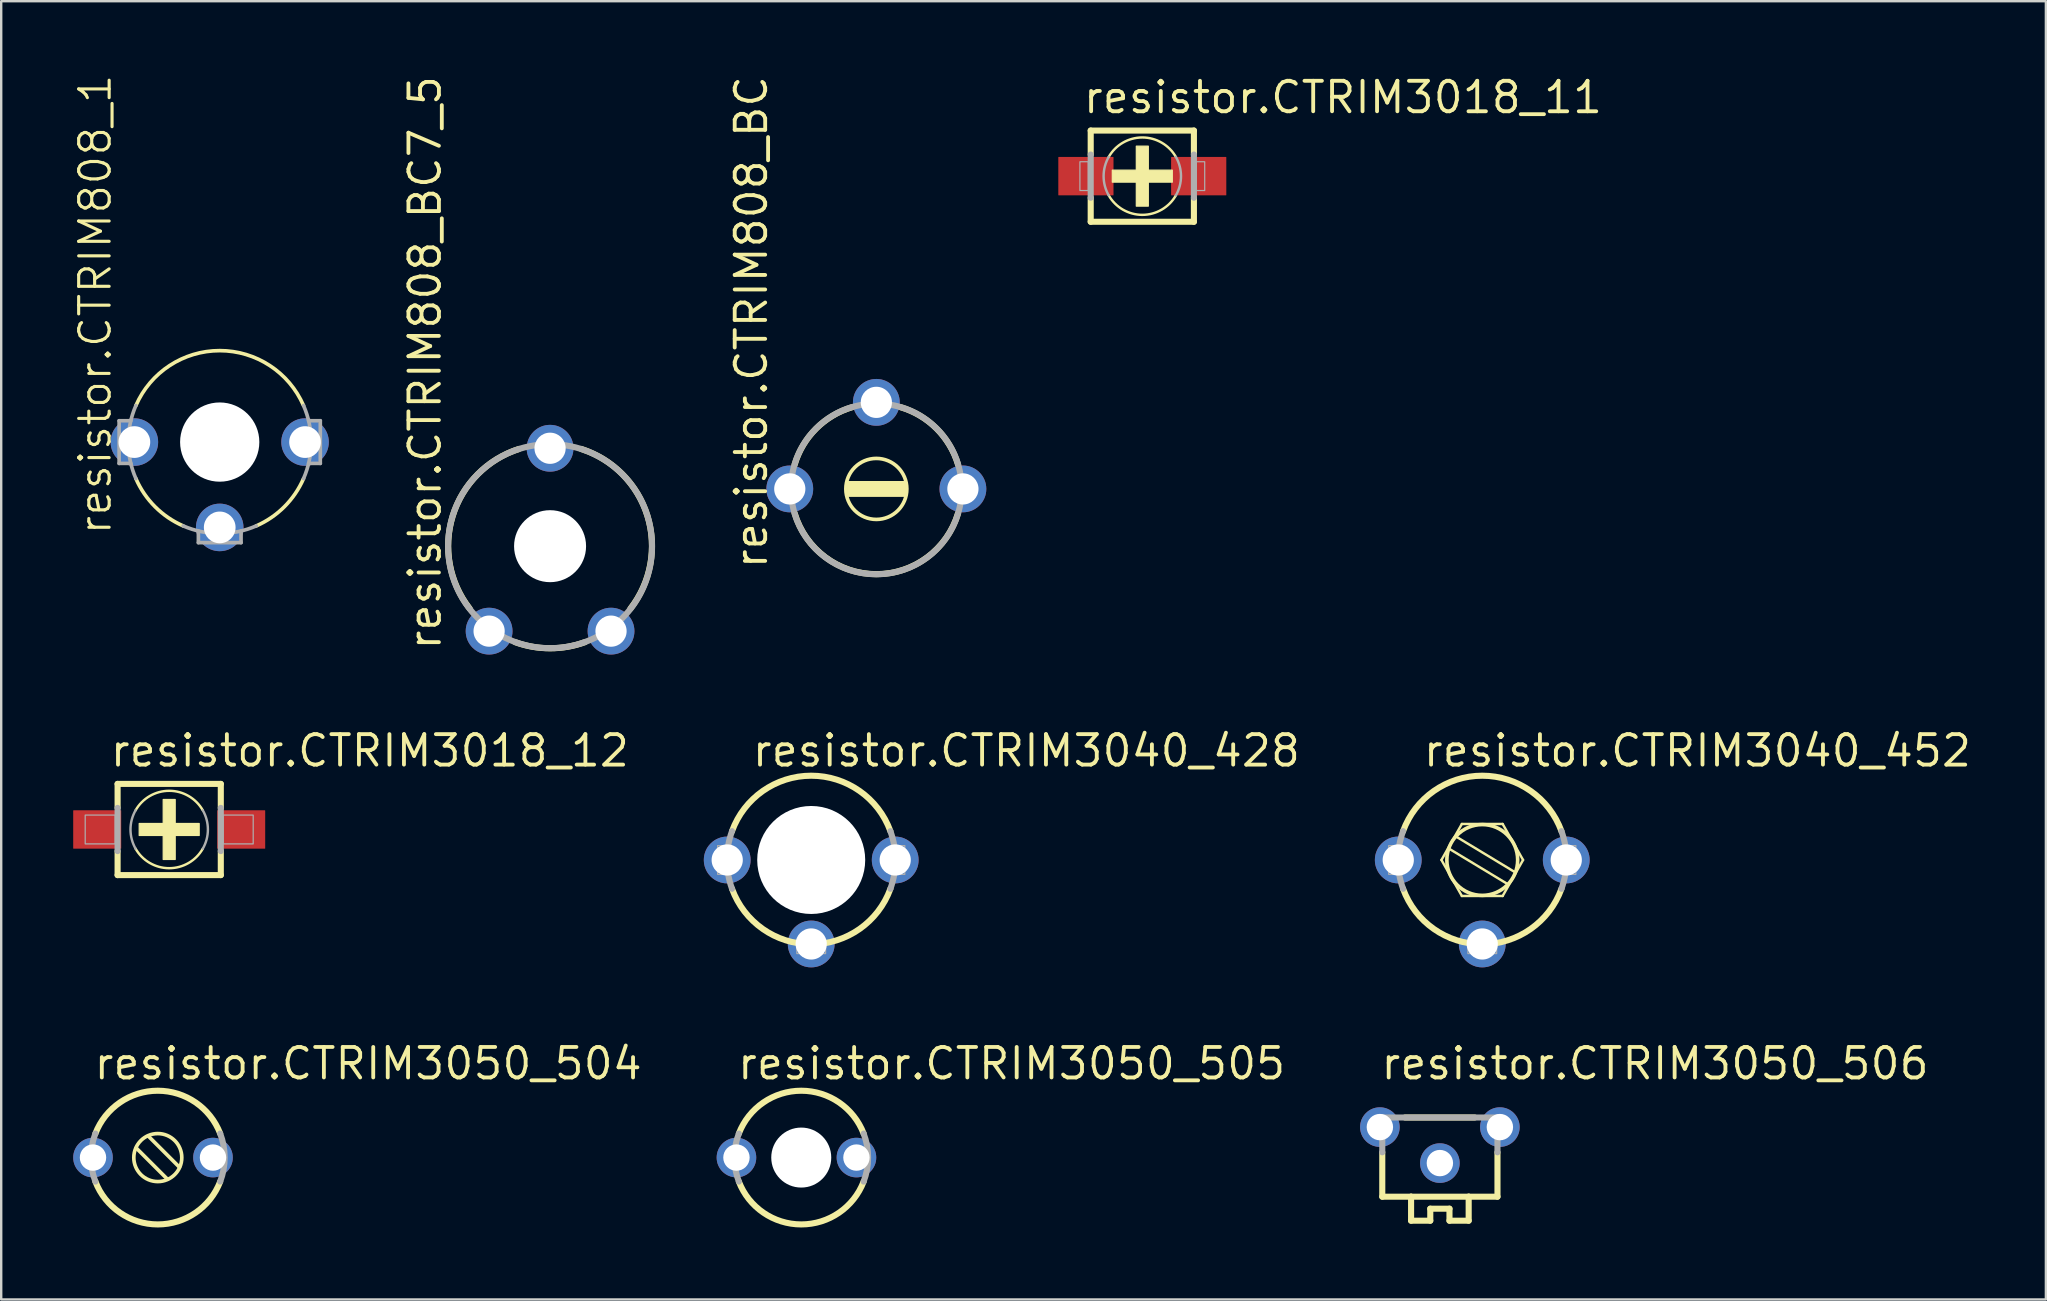
<source format=kicad_pcb>
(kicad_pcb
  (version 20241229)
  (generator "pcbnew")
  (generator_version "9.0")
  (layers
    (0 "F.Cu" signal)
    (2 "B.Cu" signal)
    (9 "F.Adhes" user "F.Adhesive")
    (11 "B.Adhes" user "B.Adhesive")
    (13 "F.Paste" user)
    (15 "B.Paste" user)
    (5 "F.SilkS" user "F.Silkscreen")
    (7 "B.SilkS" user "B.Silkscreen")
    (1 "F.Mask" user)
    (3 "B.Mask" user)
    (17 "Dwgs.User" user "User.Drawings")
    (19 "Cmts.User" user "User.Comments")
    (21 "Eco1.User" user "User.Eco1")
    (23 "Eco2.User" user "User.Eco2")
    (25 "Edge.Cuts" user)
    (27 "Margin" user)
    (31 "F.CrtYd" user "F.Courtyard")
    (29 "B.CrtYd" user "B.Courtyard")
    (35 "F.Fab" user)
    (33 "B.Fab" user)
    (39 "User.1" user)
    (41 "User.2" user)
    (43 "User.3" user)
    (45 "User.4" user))
  (footprint "resistor.CTRIM3040_428"
    (layer "F.Cu")
    (at 30.751 32.783)
    (property "Reference" "resistor.CTRIM3040_428" (at -2.54 -3.81 0) (layer "F.SilkS") (effects (font (size 1.27 1.27) (thickness 0.16)) (justify left bottom)))
    (attr through_hole)
    (fp_line (start -0.3 1.5) (end 0.7 -1.3) (stroke (width 0.152) (type default)) (layer "F.SilkS"))
    (fp_line (start 0.3 -1.5) (end -0.7 1.3) (stroke (width 0.152) (type default)) (layer "F.SilkS"))
    (fp_arc (start -3.3 -1.2) (mid 0 -3.51141) (end 3.3 -1.2) (stroke (width 0.254) (type default)) (layer "F.SilkS"))
    (fp_arc (start 3.3 1.2) (mid 0 3.51141) (end -3.3 1.2) (stroke (width 0.254) (type default)) (layer "F.SilkS"))
    (fp_circle (center 0 0) (end 1.6 0) (stroke (width 0.152) (type default)) (fill no) (layer "F.SilkS"))
    (fp_rect (start -3.9 0.6) (end -3.5 -0.6) (stroke (width 0.05) (type default)) (fill no) (layer "F.Fab"))
    (fp_rect (start -0.6 3.9) (end 0.6 3.5) (stroke (width 0.05) (type default)) (fill no) (layer "F.Fab"))
    (fp_rect (start 3.5 0.6) (end 3.9 -0.6) (stroke (width 0.05) (type default)) (fill no) (layer "F.Fab"))
    (fp_arc (start -3.3 1.2) (mid -3.51141 0) (end -3.3 -1.2) (stroke (width 0.254) (type default)) (layer "F.Fab"))
    (fp_arc (start 3.3 -1.2) (mid 3.51141 0) (end 3.3 1.2) (stroke (width 0.254) (type default)) (layer "F.Fab"))
    (pad "" np_thru_hole circle (at 0 0) (size 4.5 4.5) (drill 4.5) (layers "*.Cu" "*.Mask"))
    (pad "1A" thru_hole circle (at -3.5 0) (size 1.95 1.95) (drill 1.3) (layers "*.Cu" "*.Mask"))
    (pad "1B" thru_hole circle (at 3.5 0) (size 1.95 1.95) (drill 1.3) (layers "*.Cu" "*.Mask"))
    (pad "2" thru_hole circle (at 0 3.5) (size 1.95 1.95) (drill 1.3) (layers "*.Cu" "*.Mask")))
  (footprint "resistor.CTRIM3018_12"
    (layer "F.Cu")
    (at 4 31.513)
    (property "Reference" "resistor.CTRIM3018_12" (at -2.54 -2.54 0) (layer "F.SilkS") (effects (font (size 1.27 1.27) (thickness 0.16)) (justify left bottom)))
    (attr smd)
    (fp_line (start -2.15 -1.9) (end 2.15 -1.9) (stroke (width 0.254) (type default)) (layer "F.SilkS"))
    (fp_line (start -2.15 -0.9) (end -2.15 -1.9) (stroke (width 0.254) (type default)) (layer "F.SilkS"))
    (fp_line (start -2.15 1.9) (end -2.15 0.9) (stroke (width 0.254) (type default)) (layer "F.SilkS"))
    (fp_line (start 2.15 -1.9) (end 2.15 -0.9) (stroke (width 0.254) (type default)) (layer "F.SilkS"))
    (fp_line (start 2.15 0.9) (end 2.15 1.9) (stroke (width 0.254) (type default)) (layer "F.SilkS"))
    (fp_line (start 2.15 1.9) (end -2.15 1.9) (stroke (width 0.254) (type default)) (layer "F.SilkS"))
    (fp_rect (start -1.25 0.25) (end 1.25 -0.25) (stroke (width 0.05) (type default)) (fill yes) (layer "F.SilkS"))
    (fp_rect (start -0.25 1.25) (end 0.25 -1.25) (stroke (width 0.05) (type default)) (fill yes) (layer "F.SilkS"))
    (fp_arc (start -1.4 -0.8) (mid 0 -1.612452) (end 1.4 -0.8) (stroke (width 0.1016) (type default)) (layer "F.SilkS"))
    (fp_arc (start 1.4 0.8) (mid 0 1.612452) (end -1.4 0.8) (stroke (width 0.1016) (type default)) (layer "F.SilkS"))
    (fp_line (start -2.15 0.9) (end -2.15 -0.9) (stroke (width 0.254) (type default)) (layer "F.Fab"))
    (fp_line (start 2.15 -0.9) (end 2.15 0.9) (stroke (width 0.254) (type default)) (layer "F.Fab"))
    (fp_rect (start -3.5 0.6) (end -2.25 -0.6) (stroke (width 0.05) (type default)) (fill no) (layer "F.Fab"))
    (fp_rect (start 2.25 0.6) (end 3.5 -0.6) (stroke (width 0.05) (type default)) (fill no) (layer "F.Fab"))
    (fp_arc (start -1.4 0.8) (mid -1.612452 0) (end -1.4 -0.8) (stroke (width 0.1016) (type default)) (layer "F.Fab"))
    (fp_arc (start 1.4 -0.8) (mid 1.612452 0) (end 1.4 0.8) (stroke (width 0.1016) (type default)) (layer "F.Fab"))
    (pad "+" smd roundrect (at -3 0) (size 2 1.6) (layers "F.Cu" "F.Mask" "F.Paste") (roundrect_rratio 0.01))
    (pad "-" smd roundrect (at 3 0) (size 2 1.6) (layers "F.Cu" "F.Mask" "F.Paste") (roundrect_rratio 0.01)))
  (footprint "resistor.CTRIM3050_504"
    (layer "F.Cu")
    (at 3.325 45.183)
    (property "Reference" "resistor.CTRIM3050_504" (at -2.54 -3.175 0) (layer "F.SilkS") (effects (font (size 1.27 1.27) (thickness 0.16)) (justify left bottom)))
    (attr through_hole)
    (fp_line (start -0.7 -0.4) (end 0.6 0.9) (stroke (width 0.152) (type default)) (layer "F.SilkS"))
    (fp_line (start -0.2 -0.9) (end 1.1 0.4) (stroke (width 0.152) (type default)) (layer "F.SilkS"))
    (fp_arc (start -2.4 -1) (mid 0.2 -2.785678) (end 2.8 -1) (stroke (width 0.254) (type default)) (layer "F.SilkS"))
    (fp_arc (start 2.8 1) (mid 0.2 2.785678) (end -2.4 1) (stroke (width 0.254) (type default)) (layer "F.SilkS"))
    (fp_circle (center 0.2 0) (end 1.2 0) (stroke (width 0.152) (type default)) (fill no) (layer "F.SilkS"))
    (fp_arc (start -2.4 1) (mid -2.585678 0) (end -2.4 -1) (stroke (width 0.254) (type default)) (layer "F.Fab"))
    (fp_arc (start 2.8 -1) (mid 2.985678 0) (end 2.8 1) (stroke (width 0.254) (type default)) (layer "F.Fab"))
    (pad "1" thru_hole circle (at -2.5 0) (size 1.65 1.65) (drill 1.1) (layers "*.Cu" "*.Mask"))
    (pad "2" thru_hole circle (at 2.5 0) (size 1.65 1.65) (drill 1.1) (layers "*.Cu" "*.Mask")))
  (footprint "resistor.CTRIM3050_505"
    (layer "F.Cu")
    (at 30.136 45.183)
    (property "Reference" "resistor.CTRIM3050_505" (at -2.54 -3.175 0) (layer "F.SilkS") (effects (font (size 1.27 1.27) (thickness 0.16)) (justify left bottom)))
    (attr through_hole)
    (fp_line (start -0.7 -0.4) (end 0.6 0.9) (stroke (width 0.152) (type default)) (layer "F.SilkS"))
    (fp_line (start -0.2 -0.9) (end 1.1 0.4) (stroke (width 0.152) (type default)) (layer "F.SilkS"))
    (fp_arc (start -2.4 -1) (mid 0.2 -2.785678) (end 2.8 -1) (stroke (width 0.254) (type default)) (layer "F.SilkS"))
    (fp_arc (start 2.8 1) (mid 0.2 2.785678) (end -2.4 1) (stroke (width 0.254) (type default)) (layer "F.SilkS"))
    (fp_circle (center 0.2 0) (end 1.2 0) (stroke (width 0.152) (type default)) (fill no) (layer "F.SilkS"))
    (fp_arc (start -2.4 1) (mid -2.585678 0) (end -2.4 -1) (stroke (width 0.254) (type default)) (layer "F.Fab"))
    (fp_arc (start 2.8 -1) (mid 2.985678 0) (end 2.8 1) (stroke (width 0.254) (type default)) (layer "F.Fab"))
    (pad "" np_thru_hole circle (at 0.2 0) (size 2.5 2.5) (drill 2.5) (layers "*.Cu" "*.Mask"))
    (pad "1" thru_hole circle (at -2.5 0) (size 1.65 1.65) (drill 1.1) (layers "*.Cu" "*.Mask"))
    (pad "2" thru_hole circle (at 2.5 0) (size 1.65 1.65) (drill 1.1) (layers "*.Cu" "*.Mask")))
  (footprint "resistor.CTRIM3050_506"
    (layer "F.Cu")
    (at 56.946 45.183)
    (property "Reference" "resistor.CTRIM3050_506" (at -2.54 -3.175 0) (layer "F.SilkS") (effects (font (size 1.27 1.27) (thickness 0.16)) (justify left bottom)))
    (attr through_hole)
    (fp_line (start -2.4 -0.22) (end -2.4 1.63) (stroke (width 0.254) (type default)) (layer "F.SilkS"))
    (fp_line (start -1.45 -1.67) (end 1.45 -1.67) (stroke (width 0.254) (type default)) (layer "F.SilkS"))
    (fp_line (start -1.2 1.63) (end -2.4 1.63) (stroke (width 0.254) (type default)) (layer "F.SilkS"))
    (fp_line (start -1.2 1.63) (end 1.2 1.63) (stroke (width 0.254) (type default)) (layer "F.SilkS"))
    (fp_line (start -1.2 2.63) (end -1.2 1.63) (stroke (width 0.254) (type default)) (layer "F.SilkS"))
    (fp_line (start -1.2 2.63) (end -0.4 2.63) (stroke (width 0.254) (type default)) (layer "F.SilkS"))
    (fp_line (start -0.4 2.13) (end 0.4 2.13) (stroke (width 0.254) (type default)) (layer "F.SilkS"))
    (fp_line (start -0.4 2.63) (end -0.4 2.13) (stroke (width 0.254) (type default)) (layer "F.SilkS"))
    (fp_line (start 0.4 2.13) (end 0.4 2.63) (stroke (width 0.254) (type default)) (layer "F.SilkS"))
    (fp_line (start 0.4 2.63) (end 1.2 2.63) (stroke (width 0.254) (type default)) (layer "F.SilkS"))
    (fp_line (start 1.2 1.63) (end 1.2 2.63) (stroke (width 0.254) (type default)) (layer "F.SilkS"))
    (fp_line (start 1.2 1.63) (end 2.4 1.63) (stroke (width 0.254) (type default)) (layer "F.SilkS"))
    (fp_line (start 2.4 1.63) (end 2.4 -0.22) (stroke (width 0.254) (type default)) (layer "F.SilkS"))
    (fp_line (start -2.4 -0.22) (end -2.4 -1.67) (stroke (width 0.254) (type default)) (layer "F.Fab"))
    (fp_line (start 2.4 -1.67) (end -2.4 -1.67) (stroke (width 0.254) (type default)) (layer "F.Fab"))
    (fp_line (start 2.4 -0.22) (end 2.4 -1.67) (stroke (width 0.254) (type default)) (layer "F.Fab"))
    (pad "1A" thru_hole circle (at -2.5 -1.27) (size 1.65 1.65) (drill 1.1) (layers "*.Cu" "*.Mask"))
    (pad "1B" thru_hole circle (at 2.5 -1.27) (size 1.65 1.65) (drill 1.1) (layers "*.Cu" "*.Mask"))
    (pad "2" thru_hole circle (at 0 0.23) (size 1.65 1.65) (drill 1.1) (layers "*.Cu" "*.Mask")))
  (footprint "resistor.CTRIM808_1"
    (layer "F.Cu")
    (at 6.105 15.37)
    (property "Reference" "resistor.CTRIM808_1" (at -4.445 3.937 90) (layer "F.SilkS") (effects (font (size 1.27 1.27) (thickness 0.13)) (justify left bottom)))
    (attr through_hole)
    (fp_line (start -1.244 -0.254) (end 1.244 -0.254) (stroke (width 0.152) (type default)) (layer "F.SilkS"))
    (fp_line (start -1.244 0.254) (end 1.244 0.254) (stroke (width 0.152) (type default)) (layer "F.SilkS"))
    (fp_rect (start -1.27 0.254) (end 1.27 -0.254) (stroke (width 0.05) (type default)) (fill yes) (layer "F.SilkS"))
    (fp_arc (start -3.4925 -1.5227) (mid 0 -3.810009) (end 3.4925 -1.5227) (stroke (width 0.1524) (type default)) (layer "F.SilkS"))
    (fp_arc (start -1.5227 3.4925) (mid -2.694083 2.694083) (end -3.4925 1.5227) (stroke (width 0.1524) (type default)) (layer "F.SilkS"))
    (fp_arc (start 3.4925 1.5227) (mid 2.694083 2.694083) (end 1.5227 3.4925) (stroke (width 0.1524) (type default)) (layer "F.SilkS"))
    (fp_circle (center 0 0) (end 1.27 0) (stroke (width 0.152) (type default)) (fill no) (layer "F.SilkS"))
    (fp_line (start -4.191 -0.889) (end -4.191 0.889) (stroke (width 0.152) (type default)) (layer "F.Fab"))
    (fp_line (start -4.191 -0.889) (end -3.705 -0.889) (stroke (width 0.152) (type default)) (layer "F.Fab"))
    (fp_line (start -4.191 0.889) (end -3.705 0.889) (stroke (width 0.152) (type default)) (layer "F.Fab"))
    (fp_line (start -0.889 3.705) (end -0.889 4.191) (stroke (width 0.152) (type default)) (layer "F.Fab"))
    (fp_line (start 0.889 3.705) (end 0.889 4.191) (stroke (width 0.152) (type default)) (layer "F.Fab"))
    (fp_line (start 0.889 4.191) (end -0.889 4.191) (stroke (width 0.152) (type default)) (layer "F.Fab"))
    (fp_line (start 3.705 -0.889) (end 4.191 -0.889) (stroke (width 0.152) (type default)) (layer "F.Fab"))
    (fp_line (start 3.705 0.889) (end 4.191 0.889) (stroke (width 0.152) (type default)) (layer "F.Fab"))
    (fp_line (start 4.191 -0.889) (end 4.191 0.889) (stroke (width 0.152) (type default)) (layer "F.Fab"))
    (fp_arc (start -3.4925 1.5227) (mid -3.810009 0) (end -3.4925 -1.5227) (stroke (width 0.1524) (type default)) (layer "F.Fab"))
    (fp_arc (start 1.5227 3.4925) (mid 0 3.810009) (end -1.5227 3.4925) (stroke (width 0.1524) (type default)) (layer "F.Fab"))
    (fp_arc (start 3.4925 -1.5227) (mid 3.810009 0) (end 3.4925 1.5227) (stroke (width 0.1524) (type default)) (layer "F.Fab"))
    (pad "" np_thru_hole circle (at 0 0) (size 3.302 3.302) (drill 3.302) (layers "*.Cu" "*.Mask"))
    (pad "1" thru_hole circle (at -3.556 0) (size 1.981 1.981) (drill 1.321) (layers "*.Cu" "*.Mask"))
    (pad "2" thru_hole circle (at 0 3.556) (size 1.981 1.981) (drill 1.321) (layers "*.Cu" "*.Mask"))
    (pad "3" thru_hole circle (at 3.556 0) (size 1.981 1.981) (drill 1.321) (layers "*.Cu" "*.Mask")))
  (footprint "resistor.CTRIM3040_452"
    (layer "F.Cu")
    (at 58.712 32.783)
    (property "Reference" "resistor.CTRIM3040_452" (at -2.54 -3.81 0) (layer "F.SilkS") (effects (font (size 1.27 1.27) (thickness 0.16)) (justify left bottom)))
    (attr through_hole)
    (fp_line (start -1.7 0) (end -0.85 1.5) (stroke (width 0.102) (type default)) (layer "F.SilkS"))
    (fp_line (start -1.35 -0.45) (end 1.05 1) (stroke (width 0.102) (type default)) (layer "F.SilkS"))
    (fp_line (start -1.05 -0.95) (end 1.35 0.5) (stroke (width 0.102) (type default)) (layer "F.SilkS"))
    (fp_line (start -0.85 -1.5) (end -1.7 0) (stroke (width 0.102) (type default)) (layer "F.SilkS"))
    (fp_line (start -0.85 -1.5) (end 0.85 -1.5) (stroke (width 0.102) (type default)) (layer "F.SilkS"))
    (fp_line (start -0.85 1.5) (end 0.85 1.5) (stroke (width 0.102) (type default)) (layer "F.SilkS"))
    (fp_line (start 0.85 1.5) (end 1.7 0) (stroke (width 0.102) (type default)) (layer "F.SilkS"))
    (fp_line (start 1.7 0) (end 0.85 -1.5) (stroke (width 0.102) (type default)) (layer "F.SilkS"))
    (fp_arc (start -3.3 -1.2) (mid 0 -3.51141) (end 3.3 -1.2) (stroke (width 0.254) (type default)) (layer "F.SilkS"))
    (fp_arc (start 3.3 1.2) (mid 0 3.51141) (end -3.3 1.2) (stroke (width 0.254) (type default)) (layer "F.SilkS"))
    (fp_circle (center 0 0) (end 1.451 0) (stroke (width 0.102) (type default)) (fill no) (layer "F.SilkS"))
    (fp_circle (center 0 0) (end 1.5 0) (stroke (width 0.102) (type default)) (fill no) (layer "F.SilkS"))
    (fp_rect (start -3.9 0.6) (end -3.5 -0.6) (stroke (width 0.05) (type default)) (fill no) (layer "F.Fab"))
    (fp_rect (start -0.6 3.9) (end 0.6 3.5) (stroke (width 0.05) (type default)) (fill no) (layer "F.Fab"))
    (fp_rect (start 3.5 0.6) (end 3.9 -0.6) (stroke (width 0.05) (type default)) (fill no) (layer "F.Fab"))
    (fp_arc (start -3.3 1.2) (mid -3.51141 0) (end -3.3 -1.2) (stroke (width 0.254) (type default)) (layer "F.Fab"))
    (fp_arc (start 3.3 -1.2) (mid 3.51141 0) (end 3.3 1.2) (stroke (width 0.254) (type default)) (layer "F.Fab"))
    (pad "1A" thru_hole circle (at -3.5 0) (size 1.95 1.95) (drill 1.3) (layers "*.Cu" "*.Mask"))
    (pad "1B" thru_hole circle (at 3.5 0) (size 1.95 1.95) (drill 1.3) (layers "*.Cu" "*.Mask"))
    (pad "2" thru_hole circle (at 0 3.5) (size 1.95 1.95) (drill 1.3) (layers "*.Cu" "*.Mask")))
  (footprint "resistor.CTRIM3018_11"
    (layer "F.Cu")
    (at 44.547 4.29)
    (property "Reference" "resistor.CTRIM3018_11" (at -2.54 -2.54 0) (layer "F.SilkS") (effects (font (size 1.27 1.27) (thickness 0.16)) (justify left bottom)))
    (attr smd)
    (fp_line (start -2.15 -1.9) (end 2.15 -1.9) (stroke (width 0.254) (type default)) (layer "F.SilkS"))
    (fp_line (start -2.15 -0.9) (end -2.15 -1.9) (stroke (width 0.254) (type default)) (layer "F.SilkS"))
    (fp_line (start -2.15 1.9) (end -2.15 0.9) (stroke (width 0.254) (type default)) (layer "F.SilkS"))
    (fp_line (start 2.15 -1.9) (end 2.15 -0.9) (stroke (width 0.254) (type default)) (layer "F.SilkS"))
    (fp_line (start 2.15 0.9) (end 2.15 1.9) (stroke (width 0.254) (type default)) (layer "F.SilkS"))
    (fp_line (start 2.15 1.9) (end -2.15 1.9) (stroke (width 0.254) (type default)) (layer "F.SilkS"))
    (fp_rect (start -1.25 0.25) (end 1.25 -0.25) (stroke (width 0.05) (type default)) (fill yes) (layer "F.SilkS"))
    (fp_rect (start -0.25 1.25) (end 0.25 -1.25) (stroke (width 0.05) (type default)) (fill yes) (layer "F.SilkS"))
    (fp_arc (start -1.4 -0.8) (mid 0 -1.612452) (end 1.4 -0.8) (stroke (width 0.1016) (type default)) (layer "F.SilkS"))
    (fp_arc (start 1.4 0.8) (mid 0 1.612452) (end -1.4 0.8) (stroke (width 0.1016) (type default)) (layer "F.SilkS"))
    (fp_line (start -2.15 0.9) (end -2.15 -0.9) (stroke (width 0.254) (type default)) (layer "F.Fab"))
    (fp_line (start 2.15 -0.9) (end 2.15 0.9) (stroke (width 0.254) (type default)) (layer "F.Fab"))
    (fp_rect (start -2.6 0.6) (end -2.25 -0.6) (stroke (width 0.05) (type default)) (fill no) (layer "F.Fab"))
    (fp_rect (start 2.25 0.6) (end 2.6 -0.6) (stroke (width 0.05) (type default)) (fill no) (layer "F.Fab"))
    (fp_arc (start -1.4 0.8) (mid -1.612452 0) (end -1.4 -0.8) (stroke (width 0.1016) (type default)) (layer "F.Fab"))
    (fp_arc (start 1.4 -0.8) (mid 1.612452 0) (end 1.4 0.8) (stroke (width 0.1016) (type default)) (layer "F.Fab"))
    (pad "+" smd roundrect (at -2.35 0) (size 2.3 1.6) (layers "F.Cu" "F.Mask" "F.Paste") (roundrect_rratio 0.01))
    (pad "-" smd roundrect (at 2.35 0) (size 2.3 1.6) (layers "F.Cu" "F.Mask" "F.Paste") (roundrect_rratio 0.01)))
  (footprint "resistor.CTRIM808_BC7_5"
    (layer "F.Cu")
    (at 19.87 20.708)
    (property "Reference" "resistor.CTRIM808_BC7_5" (at -4.468 3.406 90) (layer "F.SilkS") (effects (font (size 1.27 1.27) (thickness 0.16)) (justify left bottom)))
    (attr through_hole)
    (fp_rect (start -1.219 -0.695) (end 1.219 -1.305) (stroke (width 0.05) (type default)) (fill yes) (layer "F.SilkS"))
    (fp_arc (start -3.35 1.6) (mid -4.057247 -2.259001) (end -1.3 -5.05) (stroke (width 0.254) (type default)) (layer "F.SilkS"))
    (fp_arc (start 1.3 -5.05) (mid 4.057247 -2.259001) (end 3.35 1.6) (stroke (width 0.254) (type default)) (layer "F.SilkS"))
    (fp_arc (start 1.45 3) (mid 0 3.254703) (end -1.45 3) (stroke (width 0.254) (type default)) (layer "F.SilkS"))
    (fp_circle (center 0 -1) (end 1.271 -1) (stroke (width 0.152) (type default)) (fill no) (layer "F.SilkS"))
    (fp_circle (center 0 -1) (end 4.25 -1) (stroke (width 0.254) (type default)) (fill no) (layer "F.Fab"))
    (pad "" np_thru_hole circle (at 0 -1) (size 3 3) (drill 3) (layers "*.Cu" "*.Mask"))
    (pad "1" thru_hole circle (at -2.54 2.54) (size 1.95 1.95) (drill 1.3) (layers "*.Cu" "*.Mask"))
    (pad "2" thru_hole circle (at 0 -5.08) (size 1.95 1.95) (drill 1.3) (layers "*.Cu" "*.Mask"))
    (pad "3" thru_hole circle (at 2.54 2.54) (size 1.95 1.95) (drill 1.3) (layers "*.Cu" "*.Mask")))
  (footprint "resistor.CTRIM808_BC"
    (layer "F.Cu")
    (at 33.465 17.322)
    (property "Reference" "resistor.CTRIM808_BC" (at -4.468 3.406 90) (layer "F.SilkS") (effects (font (size 1.27 1.27) (thickness 0.16)) (justify left bottom)))
    (attr through_hole)
    (fp_rect (start -1.219 0.305) (end 1.219 -0.305) (stroke (width 0.05) (type default)) (fill yes) (layer "F.SilkS"))
    (fp_arc (start -3.4036 -1.016) (mid -2.511648 -2.511648) (end -1.016 -3.4036) (stroke (width 0.254) (type default)) (layer "F.SilkS"))
    (fp_arc (start 1.016 -3.4036) (mid 2.511648 -2.511648) (end 3.4036 -1.016) (stroke (width 0.254) (type default)) (layer "F.SilkS"))
    (fp_arc (start 3.4036 1.016) (mid 0 3.552006) (end -3.4036 1.016) (stroke (width 0.254) (type default)) (layer "F.SilkS"))
    (fp_circle (center 0 0) (end 1.271 0) (stroke (width 0.152) (type default)) (fill no) (layer "F.SilkS"))
    (fp_circle (center 0 0) (end 3.556 0) (stroke (width 0.254) (type default)) (fill no) (layer "F.Fab"))
    (pad "1" thru_hole circle (at -3.607 0) (size 1.95 1.95) (drill 1.3) (layers "*.Cu" "*.Mask"))
    (pad "2" thru_hole circle (at 0 -3.607) (size 1.95 1.95) (drill 1.3) (layers "*.Cu" "*.Mask"))
    (pad "3" thru_hole circle (at 3.607 0) (size 1.95 1.95) (drill 1.3) (layers "*.Cu" "*.Mask")))
  (gr_rect
    (start -3 -3)
    (end 82.197 51.096)
    (stroke (width 0.1) (type default))
    (fill no)
    (layer "Edge.Cuts")))
</source>
